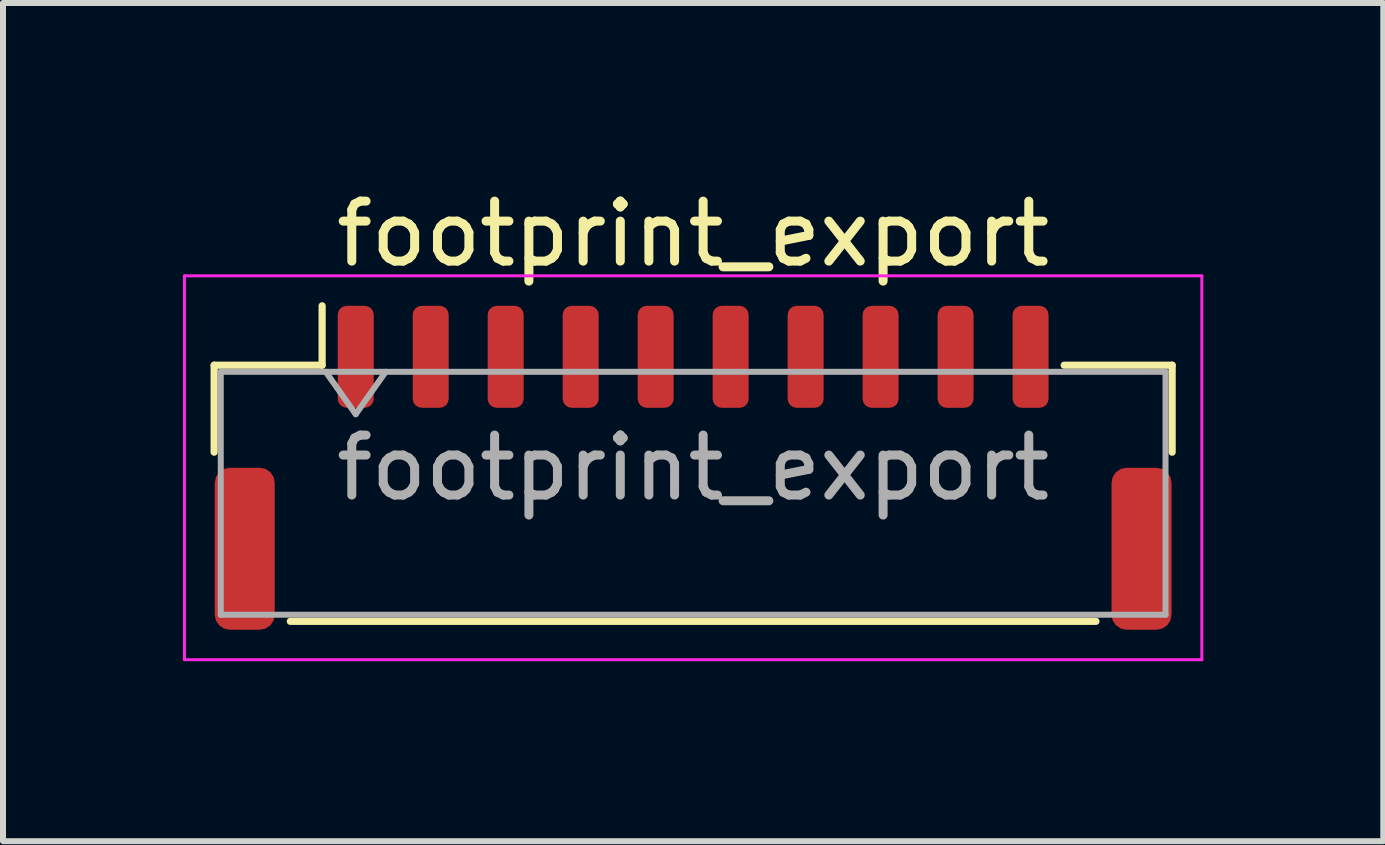
<source format=kicad_pcb>
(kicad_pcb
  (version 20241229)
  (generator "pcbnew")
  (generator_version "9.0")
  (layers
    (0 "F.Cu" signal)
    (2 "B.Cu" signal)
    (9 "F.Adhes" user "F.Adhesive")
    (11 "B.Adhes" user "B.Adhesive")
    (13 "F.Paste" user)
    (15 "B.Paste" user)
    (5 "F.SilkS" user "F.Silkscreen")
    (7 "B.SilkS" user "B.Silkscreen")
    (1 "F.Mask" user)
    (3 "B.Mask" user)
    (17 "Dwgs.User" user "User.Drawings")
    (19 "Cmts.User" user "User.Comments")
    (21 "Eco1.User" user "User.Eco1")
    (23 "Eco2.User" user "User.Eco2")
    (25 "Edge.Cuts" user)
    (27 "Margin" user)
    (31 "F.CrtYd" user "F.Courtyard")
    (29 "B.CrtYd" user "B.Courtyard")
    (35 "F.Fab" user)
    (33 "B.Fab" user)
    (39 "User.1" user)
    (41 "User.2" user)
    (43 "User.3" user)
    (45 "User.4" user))
  (footprint "footprint_export"
    (layer "F.Cu")
    (at 8.505 4.748)
    (property "Reference" "footprint_export" (at 0 -3.9 0) (layer "F.SilkS") (effects (font (size 1 1) (thickness 0.15))))
    (attr smd)
    (fp_line (start -7.985 -1.71) (end -6.185 -1.71) (stroke (width 0.12) (type solid)) (layer "F.SilkS"))
    (fp_line (start -7.985 -0.26) (end -7.985 -1.71) (stroke (width 0.12) (type solid)) (layer "F.SilkS"))
    (fp_line (start -6.715 2.56) (end 6.715 2.56) (stroke (width 0.12) (type solid)) (layer "F.SilkS"))
    (fp_line (start -6.185 -1.71) (end -6.185 -2.7) (stroke (width 0.12) (type solid)) (layer "F.SilkS"))
    (fp_line (start 7.985 -1.71) (end 6.185 -1.71) (stroke (width 0.12) (type solid)) (layer "F.SilkS"))
    (fp_line (start 7.985 -0.26) (end 7.985 -1.71) (stroke (width 0.12) (type solid)) (layer "F.SilkS"))
    (fp_line (start -8.48 -3.2) (end -8.48 3.2) (stroke (width 0.05) (type solid)) (layer "F.CrtYd"))
    (fp_line (start -8.48 3.2) (end 8.48 3.2) (stroke (width 0.05) (type solid)) (layer "F.CrtYd"))
    (fp_line (start 8.48 -3.2) (end -8.48 -3.2) (stroke (width 0.05) (type solid)) (layer "F.CrtYd"))
    (fp_line (start 8.48 3.2) (end 8.48 -3.2) (stroke (width 0.05) (type solid)) (layer "F.CrtYd"))
    (fp_line (start -7.875 -1.6) (end -7.875 2.45) (stroke (width 0.1) (type solid)) (layer "F.Fab"))
    (fp_line (start -7.875 -1.6) (end 7.875 -1.6) (stroke (width 0.1) (type solid)) (layer "F.Fab"))
    (fp_line (start -7.875 2.45) (end 7.875 2.45) (stroke (width 0.1) (type solid)) (layer "F.Fab"))
    (fp_line (start -6.125 -1.6) (end -5.625 -0.893) (stroke (width 0.1) (type solid)) (layer "F.Fab"))
    (fp_line (start -5.625 -0.893) (end -5.125 -1.6) (stroke (width 0.1) (type solid)) (layer "F.Fab"))
    (fp_line (start 7.875 -1.6) (end 7.875 2.45) (stroke (width 0.1) (type solid)) (layer "F.Fab"))
    (fp_text user "${REFERENCE}" (at 0 0 0) (layer "F.Fab") (effects (font (size 1 1) (thickness 0.15))))
    (pad "1" smd roundrect (at -5.625 -1.85) (size 0.6 1.7) (layers "F.Cu" "F.Mask" "F.Paste") (roundrect_rratio 0.25))
    (pad "2" smd roundrect (at -4.375 -1.85) (size 0.6 1.7) (layers "F.Cu" "F.Mask" "F.Paste") (roundrect_rratio 0.25))
    (pad "3" smd roundrect (at -3.125 -1.85) (size 0.6 1.7) (layers "F.Cu" "F.Mask" "F.Paste") (roundrect_rratio 0.25))
    (pad "4" smd roundrect (at -1.875 -1.85) (size 0.6 1.7) (layers "F.Cu" "F.Mask" "F.Paste") (roundrect_rratio 0.25))
    (pad "5" smd roundrect (at -0.625 -1.85) (size 0.6 1.7) (layers "F.Cu" "F.Mask" "F.Paste") (roundrect_rratio 0.25))
    (pad "6" smd roundrect (at 0.625 -1.85) (size 0.6 1.7) (layers "F.Cu" "F.Mask" "F.Paste") (roundrect_rratio 0.25))
    (pad "7" smd roundrect (at 1.875 -1.85) (size 0.6 1.7) (layers "F.Cu" "F.Mask" "F.Paste") (roundrect_rratio 0.25))
    (pad "8" smd roundrect (at 3.125 -1.85) (size 0.6 1.7) (layers "F.Cu" "F.Mask" "F.Paste") (roundrect_rratio 0.25))
    (pad "9" smd roundrect (at 4.375 -1.85) (size 0.6 1.7) (layers "F.Cu" "F.Mask" "F.Paste") (roundrect_rratio 0.25))
    (pad "10" smd roundrect (at 5.625 -1.85) (size 0.6 1.7) (layers "F.Cu" "F.Mask" "F.Paste") (roundrect_rratio 0.25))
    (pad "MP" smd roundrect (at -7.475 1.35) (size 1 2.7) (layers "F.Cu" "F.Mask" "F.Paste") (roundrect_rratio 0.25))
    (pad "MP" smd roundrect (at 7.475 1.35) (size 1 2.7) (layers "F.Cu" "F.Mask" "F.Paste") (roundrect_rratio 0.25)))
  (gr_rect
    (start -3 -3)
    (end 20.01 10.973)
    (stroke (width 0.1) (type default))
    (fill no)
    (layer "Edge.Cuts")))
</source>
